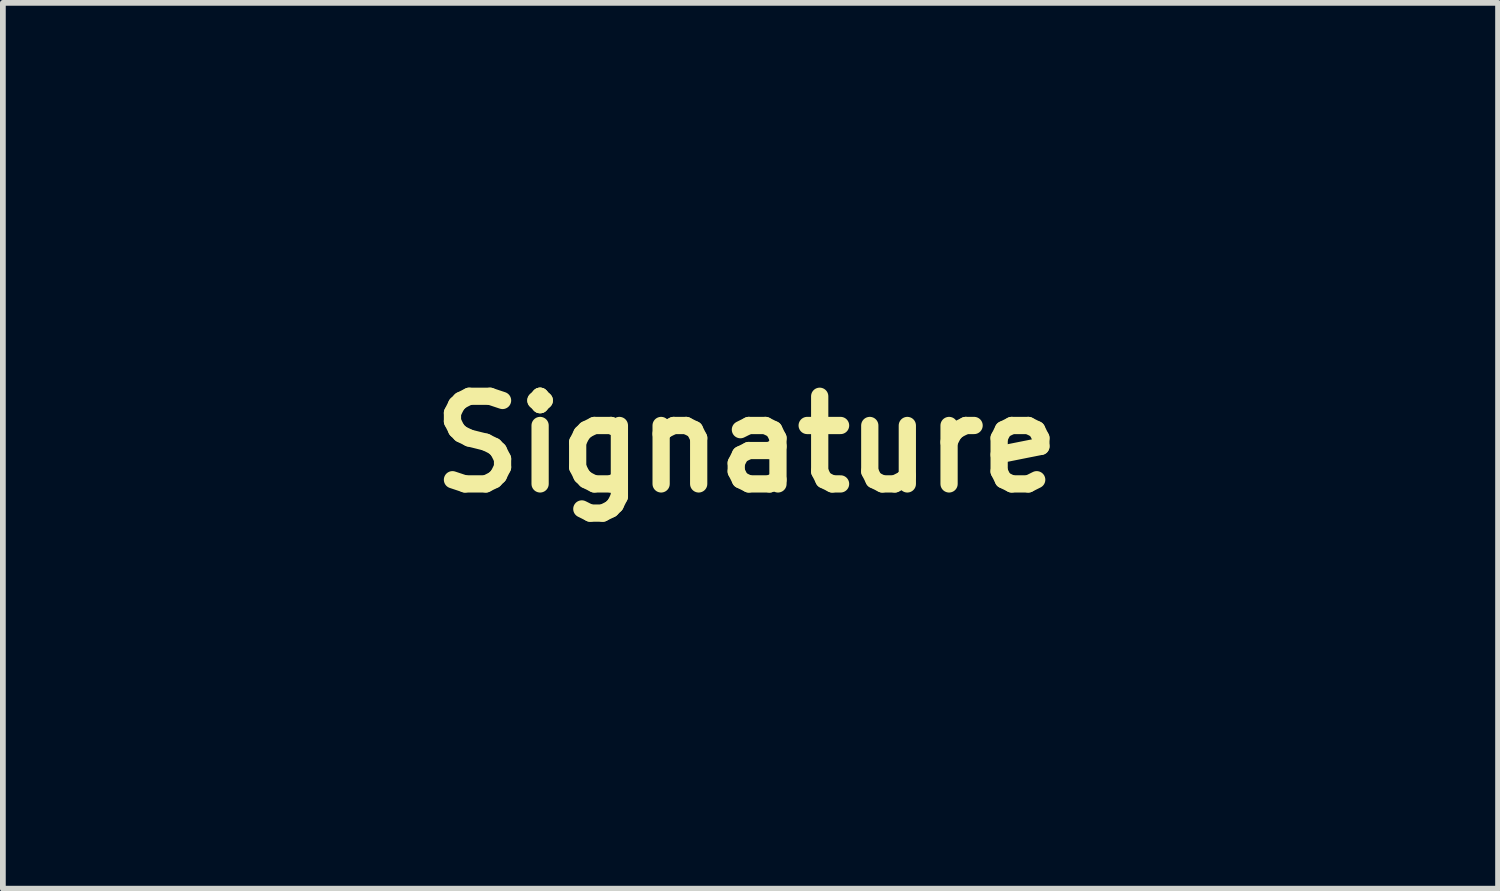
<source format=kicad_pcb>
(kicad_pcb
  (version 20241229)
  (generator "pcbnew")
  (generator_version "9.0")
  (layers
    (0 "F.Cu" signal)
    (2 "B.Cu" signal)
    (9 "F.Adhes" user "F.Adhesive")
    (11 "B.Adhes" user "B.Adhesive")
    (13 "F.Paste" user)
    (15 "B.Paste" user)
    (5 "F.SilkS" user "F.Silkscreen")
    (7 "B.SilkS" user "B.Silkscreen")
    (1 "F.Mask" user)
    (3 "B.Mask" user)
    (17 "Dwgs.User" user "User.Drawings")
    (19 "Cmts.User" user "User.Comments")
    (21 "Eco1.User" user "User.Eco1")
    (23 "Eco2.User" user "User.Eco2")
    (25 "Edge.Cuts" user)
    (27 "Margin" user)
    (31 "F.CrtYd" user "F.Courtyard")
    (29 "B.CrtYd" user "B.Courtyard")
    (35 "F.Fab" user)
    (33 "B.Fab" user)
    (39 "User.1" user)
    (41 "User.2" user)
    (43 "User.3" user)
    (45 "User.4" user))
  (footprint "Signature"
    (layer "F.Cu")
    (at 9.935 4.676)
    (property "Reference" "Signature" (at 0 0 0) (layer "F.SilkS") (effects (font (size 1.524 1.524) (thickness 0.3))))
    (attr board_only exclude_from_pos_files exclude_from_bom)
    (fp_poly (pts (xy 5.715 1.321) (xy 5.776 1.328) (xy 5.866 1.341) (xy 5.935 1.356) (xy 5.988 1.376) (xy 6.028 1.401) (xy 6.058 1.429) (xy 6.083 1.462) (xy 6.093 1.49) (xy 6.092 1.524) (xy 6.092 1.529) (xy 6.074 1.581) (xy 6.041 1.622) (xy 5.997 1.649) (xy 5.965 1.654) (xy 5.933 1.648) (xy 5.889 1.633) (xy 5.845 1.613) (xy 5.78 1.585) (xy 5.724 1.574) (xy 5.67 1.58) (xy 5.608 1.603) (xy 5.586 1.614) (xy 5.548 1.633) (xy 5.519 1.653) (xy 5.493 1.676) (xy 5.466 1.709) (xy 5.432 1.756) (xy 5.41 1.789) (xy 5.321 1.921) (xy 5.322 2.012) (xy 5.323 2.056) (xy 5.328 2.092) (xy 5.339 2.127) (xy 5.358 2.17) (xy 5.387 2.227) (xy 5.454 2.334) (xy 5.54 2.437) (xy 5.637 2.532) (xy 5.741 2.609) (xy 5.777 2.631) (xy 5.824 2.663) (xy 5.882 2.711) (xy 5.946 2.771) (xy 6.011 2.837) (xy 6.073 2.905) (xy 6.128 2.969) (xy 6.17 3.026) (xy 6.189 3.057) (xy 6.21 3.097) (xy 6.224 3.132) (xy 6.235 3.17) (xy 6.242 3.217) (xy 6.249 3.28) (xy 6.252 3.309) (xy 6.261 3.405) (xy 6.266 3.48) (xy 6.268 3.539) (xy 6.266 3.587) (xy 6.261 3.628) (xy 6.251 3.667) (xy 6.238 3.71) (xy 6.237 3.712) (xy 6.217 3.773) (xy 6.196 3.836) (xy 6.18 3.888) (xy 6.141 3.982) (xy 6.078 4.079) (xy 5.992 4.175) (xy 5.983 4.183) (xy 5.914 4.241) (xy 5.85 4.275) (xy 5.786 4.288) (xy 5.724 4.283) (xy 5.646 4.276) (xy 5.596 4.283) (xy 5.491 4.304) (xy 5.406 4.317) (xy 5.334 4.323) (xy 5.271 4.321) (xy 5.21 4.313) (xy 5.171 4.305) (xy 5.126 4.294) (xy 5.065 4.278) (xy 5.001 4.262) (xy 4.976 4.255) (xy 4.914 4.24) (xy 4.852 4.226) (xy 4.803 4.217) (xy 4.787 4.214) (xy 4.72 4.201) (xy 4.671 4.183) (xy 4.637 4.154) (xy 4.613 4.111) (xy 4.596 4.049) (xy 4.585 3.989) (xy 4.578 3.935) (xy 4.575 3.899) (xy 4.578 3.875) (xy 4.586 3.856) (xy 4.591 3.849) (xy 4.637 3.801) (xy 4.7 3.773) (xy 4.77 3.764) (xy 4.83 3.771) (xy 4.877 3.792) (xy 4.914 3.833) (xy 4.941 3.882) (xy 4.975 3.931) (xy 5.026 3.969) (xy 5.095 3.998) (xy 5.184 4.017) (xy 5.295 4.028) (xy 5.38 4.03) (xy 5.451 4.03) (xy 5.504 4.028) (xy 5.545 4.023) (xy 5.581 4.015) (xy 5.619 4.002) (xy 5.627 3.999) (xy 5.703 3.962) (xy 5.764 3.914) (xy 5.813 3.849) (xy 5.856 3.765) (xy 5.861 3.751) (xy 5.88 3.703) (xy 5.893 3.663) (xy 5.901 3.624) (xy 5.906 3.577) (xy 5.909 3.517) (xy 5.911 3.471) (xy 5.912 3.376) (xy 5.907 3.3) (xy 5.893 3.238) (xy 5.869 3.182) (xy 5.832 3.128) (xy 5.78 3.067) (xy 5.754 3.04) (xy 5.705 2.991) (xy 5.654 2.945) (xy 5.609 2.908) (xy 5.583 2.89) (xy 5.536 2.856) (xy 5.478 2.807) (xy 5.416 2.75) (xy 5.354 2.689) (xy 5.3 2.63) (xy 5.257 2.579) (xy 5.244 2.56) (xy 5.209 2.511) (xy 5.168 2.459) (xy 5.148 2.436) (xy 5.085 2.352) (xy 5.045 2.264) (xy 5.035 2.227) (xy 5.025 2.188) (xy 5.01 2.139) (xy 5.001 2.113) (xy 4.986 2.061) (xy 4.977 2.006) (xy 4.976 1.983) (xy 4.984 1.925) (xy 5.005 1.854) (xy 5.035 1.778) (xy 5.073 1.703) (xy 5.098 1.662) (xy 5.122 1.624) (xy 5.139 1.594) (xy 5.145 1.58) (xy 5.152 1.564) (xy 5.17 1.534) (xy 5.192 1.5) (xy 5.224 1.459) (xy 5.263 1.426) (xy 5.312 1.398) (xy 5.375 1.375) (xy 5.458 1.353) (xy 5.51 1.341) (xy 5.575 1.328) (xy 5.623 1.321) (xy 5.667 1.318)) (stroke (width 0) (type solid)) (fill yes) (layer "F.Mask"))
    (fp_poly (pts (xy 9.868 1.721) (xy 9.93 1.756) (xy 9.936 1.761) (xy 9.978 1.797) (xy 10.002 1.831) (xy 10.009 1.87) (xy 10.002 1.92) (xy 9.986 1.976) (xy 9.971 2.029) (xy 9.955 2.1) (xy 9.941 2.18) (xy 9.928 2.261) (xy 9.927 2.268) (xy 9.918 2.337) (xy 9.909 2.397) (xy 9.901 2.443) (xy 9.895 2.47) (xy 9.893 2.475) (xy 9.887 2.495) (xy 9.879 2.535) (xy 9.87 2.589) (xy 9.862 2.65) (xy 9.854 2.713) (xy 9.848 2.772) (xy 9.845 2.819) (xy 9.844 2.84) (xy 9.846 2.887) (xy 9.85 2.951) (xy 9.857 3.024) (xy 9.865 3.099) (xy 9.873 3.168) (xy 9.881 3.223) (xy 9.885 3.246) (xy 9.892 3.284) (xy 9.898 3.34) (xy 9.904 3.401) (xy 9.906 3.426) (xy 9.911 3.496) (xy 9.918 3.571) (xy 9.927 3.637) (xy 9.928 3.651) (xy 9.935 3.707) (xy 9.937 3.748) (xy 9.931 3.785) (xy 9.92 3.824) (xy 9.904 3.868) (xy 9.887 3.894) (xy 9.863 3.911) (xy 9.852 3.916) (xy 9.795 3.926) (xy 9.729 3.913) (xy 9.681 3.891) (xy 9.659 3.873) (xy 9.627 3.838) (xy 9.587 3.792) (xy 9.544 3.739) (xy 9.502 3.684) (xy 9.481 3.655) (xy 9.458 3.63) (xy 9.42 3.595) (xy 9.374 3.557) (xy 9.351 3.539) (xy 9.264 3.466) (xy 9.186 3.378) (xy 9.164 3.35) (xy 9.114 3.289) (xy 9.053 3.222) (xy 8.99 3.161) (xy 8.966 3.139) (xy 8.912 3.092) (xy 8.857 3.042) (xy 8.81 2.997) (xy 8.787 2.974) (xy 8.735 2.925) (xy 8.694 2.895) (xy 8.663 2.884) (xy 8.644 2.886) (xy 8.629 2.903) (xy 8.613 2.941) (xy 8.596 2.993) (xy 8.58 3.054) (xy 8.572 3.1) (xy 8.565 3.137) (xy 8.553 3.192) (xy 8.539 3.255) (xy 8.528 3.302) (xy 8.499 3.429) (xy 8.479 3.535) (xy 8.467 3.624) (xy 8.463 3.699) (xy 8.466 3.764) (xy 8.467 3.771) (xy 8.476 3.844) (xy 8.48 3.896) (xy 8.477 3.935) (xy 8.467 3.965) (xy 8.447 3.994) (xy 8.416 4.025) (xy 8.393 4.047) (xy 8.35 4.087) (xy 8.319 4.111) (xy 8.294 4.124) (xy 8.269 4.128) (xy 8.253 4.129) (xy 8.207 4.123) (xy 8.165 4.109) (xy 8.161 4.107) (xy 8.129 4.086) (xy 8.106 4.065) (xy 8.106 4.065) (xy 8.093 4.032) (xy 8.09 3.987) (xy 8.097 3.94) (xy 8.101 3.931) (xy 8.107 3.908) (xy 8.117 3.865) (xy 8.13 3.806) (xy 8.144 3.737) (xy 8.153 3.692) (xy 8.17 3.607) (xy 8.188 3.517) (xy 8.206 3.432) (xy 8.222 3.359) (xy 8.226 3.341) (xy 8.241 3.27) (xy 8.255 3.197) (xy 8.267 3.131) (xy 8.271 3.1) (xy 8.281 3.039) (xy 8.293 2.977) (xy 8.304 2.931) (xy 8.311 2.892) (xy 8.318 2.833) (xy 8.324 2.763) (xy 8.329 2.687) (xy 8.33 2.664) (xy 8.334 2.589) (xy 8.339 2.517) (xy 8.344 2.455) (xy 8.35 2.41) (xy 8.351 2.4) (xy 8.373 2.336) (xy 8.411 2.292) (xy 8.464 2.27) (xy 8.532 2.269) (xy 8.584 2.279) (xy 8.624 2.293) (xy 8.653 2.312) (xy 8.676 2.341) (xy 8.697 2.386) (xy 8.713 2.427) (xy 8.744 2.504) (xy 8.775 2.561) (xy 8.809 2.605) (xy 8.853 2.642) (xy 8.901 2.673) (xy 8.949 2.705) (xy 8.992 2.74) (xy 9.023 2.771) (xy 9.024 2.773) (xy 9.044 2.795) (xy 9.078 2.833) (xy 9.125 2.882) (xy 9.18 2.94) (xy 9.242 3.003) (xy 9.271 3.032) (xy 9.343 3.105) (xy 9.4 3.16) (xy 9.444 3.2) (xy 9.477 3.227) (xy 9.501 3.242) (xy 9.517 3.247) (xy 9.518 3.247) (xy 9.554 3.25) (xy 9.563 2.833) (xy 9.566 2.721) (xy 9.569 2.609) (xy 9.573 2.5) (xy 9.577 2.402) (xy 9.582 2.318) (xy 9.586 2.253) (xy 9.587 2.24) (xy 9.593 2.166) (xy 9.598 2.093) (xy 9.602 2.028) (xy 9.604 1.981) (xy 9.604 1.98) (xy 9.61 1.916) (xy 9.626 1.86) (xy 9.645 1.818) (xy 9.669 1.774) (xy 9.69 1.747) (xy 9.715 1.731) (xy 9.741 1.722) (xy 9.807 1.71)) (stroke (width 0) (type solid)) (fill yes) (layer "F.Mask"))
    (fp_poly (pts (xy -0.96 0.683) (xy -0.889 0.707) (xy -0.823 0.753) (xy -0.786 0.798) (xy -0.764 0.852) (xy -0.756 0.908) (xy -0.762 0.959) (xy -0.783 1.001) (xy -0.819 1.028) (xy -0.91 1.056) (xy -1.012 1.077) (xy -1.109 1.086) (xy -1.122 1.087) (xy -1.172 1.088) (xy -1.207 1.092) (xy -1.234 1.103) (xy -1.263 1.124) (xy -1.291 1.148) (xy -1.341 1.185) (xy -1.399 1.22) (xy -1.44 1.24) (xy -1.483 1.261) (xy -1.541 1.294) (xy -1.609 1.337) (xy -1.68 1.385) (xy -1.75 1.434) (xy -1.814 1.481) (xy -1.865 1.523) (xy -1.868 1.525) (xy -1.901 1.55) (xy -1.95 1.583) (xy -2.008 1.619) (xy -2.065 1.651) (xy -2.128 1.686) (xy -2.19 1.721) (xy -2.245 1.751) (xy -2.279 1.771) (xy -2.333 1.799) (xy -2.39 1.829) (xy -2.421 1.843) (xy -2.515 1.897) (xy -2.613 1.975) (xy -2.637 1.998) (xy -2.67 2.027) (xy -2.712 2.062) (xy -2.742 2.087) (xy -2.782 2.122) (xy -2.818 2.159) (xy -2.837 2.181) (xy -2.861 2.209) (xy -2.898 2.246) (xy -2.942 2.286) (xy -2.956 2.298) (xy -3.042 2.381) (xy -3.111 2.472) (xy -3.176 2.573) (xy -3.181 2.696) (xy -3.185 2.82) (xy -3.141 2.824) (xy -3.123 2.824) (xy -3.102 2.821) (xy -3.076 2.811) (xy -3.041 2.793) (xy -2.993 2.766) (xy -2.928 2.728) (xy -2.885 2.703) (xy -2.864 2.687) (xy -2.83 2.659) (xy -2.789 2.623) (xy -2.774 2.61) (xy -2.714 2.56) (xy -2.646 2.512) (xy -2.577 2.468) (xy -2.511 2.432) (xy -2.455 2.409) (xy -2.422 2.4) (xy -2.392 2.398) (xy -2.369 2.403) (xy -2.345 2.42) (xy -2.313 2.452) (xy -2.261 2.52) (xy -2.234 2.584) (xy -2.231 2.643) (xy -2.252 2.694) (xy -2.295 2.736) (xy -2.36 2.766) (xy -2.435 2.78) (xy -2.518 2.796) (xy -2.601 2.826) (xy -2.675 2.867) (xy -2.734 2.914) (xy -2.748 2.93) (xy -2.809 2.99) (xy -2.895 3.044) (xy -3 3.091) (xy -3.088 3.13) (xy -3.165 3.175) (xy -3.228 3.224) (xy -3.272 3.272) (xy -3.284 3.293) (xy -3.299 3.335) (xy -3.315 3.396) (xy -3.329 3.466) (xy -3.34 3.54) (xy -3.346 3.608) (xy -3.347 3.644) (xy -3.345 3.682) (xy -3.334 3.703) (xy -3.315 3.715) (xy -3.272 3.72) (xy -3.218 3.703) (xy -3.153 3.665) (xy -3.079 3.606) (xy -3.079 3.606) (xy -2.987 3.528) (xy -2.908 3.466) (xy -2.837 3.419) (xy -2.768 3.382) (xy -2.698 3.353) (xy -2.681 3.347) (xy -2.618 3.324) (xy -2.555 3.297) (xy -2.503 3.271) (xy -2.488 3.263) (xy -2.412 3.22) (xy -2.338 3.182) (xy -2.271 3.153) (xy -2.216 3.133) (xy -2.176 3.126) (xy -2.176 3.126) (xy -2.114 3.132) (xy -2.059 3.148) (xy -2.019 3.172) (xy -2.013 3.177) (xy -1.989 3.222) (xy -1.983 3.278) (xy -1.994 3.339) (xy -2.005 3.364) (xy -2.024 3.398) (xy -2.046 3.423) (xy -2.077 3.439) (xy -2.123 3.452) (xy -2.188 3.464) (xy -2.195 3.465) (xy -2.26 3.476) (xy -2.308 3.487) (xy -2.348 3.502) (xy -2.388 3.524) (xy -2.432 3.552) (xy -2.509 3.592) (xy -2.575 3.609) (xy -2.637 3.627) (xy -2.707 3.66) (xy -2.774 3.704) (xy -2.828 3.752) (xy -2.852 3.773) (xy -2.892 3.805) (xy -2.942 3.842) (xy -2.991 3.876) (xy -3.044 3.913) (xy -3.093 3.947) (xy -3.131 3.973) (xy -3.152 3.988) (xy -3.186 4.007) (xy -3.238 4.031) (xy -3.3 4.056) (xy -3.366 4.08) (xy -3.428 4.101) (xy -3.48 4.116) (xy -3.505 4.121) (xy -3.564 4.121) (xy -3.609 4.106) (xy -3.652 4.071) (xy -3.674 4.023) (xy -3.675 3.961) (xy -3.666 3.924) (xy -3.643 3.841) (xy -3.624 3.753) (xy -3.61 3.67) (xy -3.603 3.598) (xy -3.603 3.544) (xy -3.604 3.483) (xy -3.595 3.412) (xy -3.583 3.361) (xy -3.563 3.277) (xy -3.544 3.187) (xy -3.526 3.096) (xy -3.51 3.007) (xy -3.497 2.926) (xy -3.488 2.856) (xy -3.483 2.803) (xy -3.484 2.77) (xy -3.484 2.768) (xy -3.496 2.734) (xy -3.517 2.692) (xy -3.53 2.672) (xy -3.56 2.615) (xy -3.569 2.562) (xy -3.567 2.532) (xy -3.557 2.507) (xy -3.536 2.479) (xy -3.501 2.443) (xy -3.461 2.402) (xy -3.424 2.36) (xy -3.4 2.329) (xy -3.368 2.291) (xy -3.327 2.256) (xy -3.313 2.246) (xy -3.28 2.222) (xy -3.236 2.184) (xy -3.189 2.14) (xy -3.161 2.112) (xy -3.072 2.024) (xy -2.996 1.955) (xy -2.929 1.903) (xy -2.87 1.866) (xy -2.856 1.858) (xy -2.818 1.837) (xy -2.791 1.819) (xy -2.781 1.811) (xy -2.76 1.788) (xy -2.721 1.756) (xy -2.668 1.716) (xy -2.603 1.67) (xy -2.532 1.622) (xy -2.458 1.574) (xy -2.385 1.529) (xy -2.318 1.489) (xy -2.259 1.457) (xy -2.225 1.441) (xy -2.179 1.416) (xy -2.125 1.382) (xy -2.074 1.344) (xy -2.07 1.342) (xy -1.999 1.287) (xy -1.913 1.226) (xy -1.82 1.165) (xy -1.728 1.107) (xy -1.642 1.056) (xy -1.576 1.021) (xy -1.514 0.987) (xy -1.449 0.947) (xy -1.393 0.907) (xy -1.383 0.899) (xy -1.335 0.863) (xy -1.286 0.831) (xy -1.246 0.808) (xy -1.242 0.807) (xy -1.2 0.785) (xy -1.163 0.758) (xy -1.154 0.749) (xy -1.096 0.704) (xy -1.03 0.682)) (stroke (width 0) (type solid)) (fill yes) (layer "F.Mask"))
    (fp_poly (pts (xy -1.456 -0.269) (xy -1.393 -0.254) (xy -1.365 -0.246) (xy -1.315 -0.229) (xy -1.285 -0.214) (xy -1.267 -0.197) (xy -1.258 -0.18) (xy -1.248 -0.142) (xy -1.247 -0.11) (xy -1.268 -0.067) (xy -1.307 -0.029) (xy -1.36 0.001) (xy -1.398 0.013) (xy -1.444 0.026) (xy -1.501 0.047) (xy -1.556 0.071) (xy -1.557 0.071) (xy -1.674 0.116) (xy -1.809 0.149) (xy -1.9 0.163) (xy -1.94 0.169) (xy -1.975 0.18) (xy -2.011 0.198) (xy -2.056 0.227) (xy -2.097 0.257) (xy -2.136 0.284) (xy -2.19 0.315) (xy -2.247 0.345) (xy -2.259 0.352) (xy -2.318 0.381) (xy -2.377 0.411) (xy -2.426 0.438) (xy -2.434 0.442) (xy -2.562 0.517) (xy -2.669 0.58) (xy -2.757 0.632) (xy -2.825 0.674) (xy -2.877 0.708) (xy -2.905 0.727) (xy -2.964 0.763) (xy -3.041 0.801) (xy -3.129 0.838) (xy -3.219 0.871) (xy -3.296 0.893) (xy -3.353 0.911) (xy -3.412 0.934) (xy -3.445 0.951) (xy -3.495 0.977) (xy -3.547 1.002) (xy -3.569 1.011) (xy -3.611 1.031) (xy -3.661 1.061) (xy -3.704 1.09) (xy -3.744 1.118) (xy -3.777 1.138) (xy -3.796 1.146) (xy -3.797 1.146) (xy -3.831 1.154) (xy -3.878 1.177) (xy -3.934 1.209) (xy -3.992 1.249) (xy -4.049 1.292) (xy -4.099 1.334) (xy -4.137 1.373) (xy -4.159 1.404) (xy -4.161 1.412) (xy -4.167 1.452) (xy -4.172 1.514) (xy -4.178 1.595) (xy -4.182 1.689) (xy -4.186 1.795) (xy -4.188 1.906) (xy -4.188 1.908) (xy -4.19 1.986) (xy -4.191 2.057) (xy -4.192 2.116) (xy -4.193 2.157) (xy -4.193 2.176) (xy -4.193 2.198) (xy -4.192 2.242) (xy -4.19 2.304) (xy -4.188 2.381) (xy -4.185 2.469) (xy -4.182 2.56) (xy -4.178 2.711) (xy -4.176 2.836) (xy -4.178 2.936) (xy -4.182 3.01) (xy -4.184 3.028) (xy -4.189 3.109) (xy -4.191 3.2) (xy -4.187 3.276) (xy -4.184 3.34) (xy -4.18 3.42) (xy -4.178 3.507) (xy -4.176 3.59) (xy -4.176 3.595) (xy -4.175 3.784) (xy -4.134 3.846) (xy -4.097 3.913) (xy -4.083 3.97) (xy -4.089 4.023) (xy -4.1 4.049) (xy -4.124 4.094) (xy -4.147 4.139) (xy -4.149 4.142) (xy -4.188 4.203) (xy -4.23 4.238) (xy -4.276 4.248) (xy -4.324 4.232) (xy -4.347 4.215) (xy -4.377 4.183) (xy -4.402 4.138) (xy -4.425 4.077) (xy -4.448 3.995) (xy -4.449 3.992) (xy -4.467 3.913) (xy -4.476 3.848) (xy -4.477 3.788) (xy -4.47 3.724) (xy -4.463 3.684) (xy -4.443 3.556) (xy -4.436 3.448) (xy -4.44 3.359) (xy -4.45 3.302) (xy -4.462 3.246) (xy -4.463 3.199) (xy -4.457 3.159) (xy -4.447 3.108) (xy -4.438 3.057) (xy -4.436 3.041) (xy -4.434 3.008) (xy -4.434 2.953) (xy -4.436 2.88) (xy -4.439 2.795) (xy -4.444 2.701) (xy -4.449 2.602) (xy -4.455 2.504) (xy -4.462 2.41) (xy -4.468 2.325) (xy -4.475 2.252) (xy -4.481 2.197) (xy -4.486 2.167) (xy -4.488 2.138) (xy -4.486 2.091) (xy -4.48 2.033) (xy -4.475 1.996) (xy -4.461 1.882) (xy -4.455 1.785) (xy -4.458 1.707) (xy -4.468 1.65) (xy -4.487 1.614) (xy -4.514 1.602) (xy -4.533 1.608) (xy -4.568 1.623) (xy -4.613 1.645) (xy -4.627 1.653) (xy -4.676 1.677) (xy -4.72 1.698) (xy -4.75 1.711) (xy -4.755 1.713) (xy -4.787 1.727) (xy -4.825 1.748) (xy -4.832 1.753) (xy -4.855 1.767) (xy -4.882 1.78) (xy -4.916 1.796) (xy -4.962 1.815) (xy -5.025 1.84) (xy -5.085 1.864) (xy -5.127 1.883) (xy -5.182 1.913) (xy -5.244 1.949) (xy -5.303 1.987) (xy -5.387 2.04) (xy -5.454 2.077) (xy -5.508 2.098) (xy -5.551 2.105) (xy -5.588 2.099) (xy -5.596 2.095) (xy -5.629 2.066) (xy -5.652 2.021) (xy -5.661 1.968) (xy -5.659 1.934) (xy -5.644 1.898) (xy -5.618 1.86) (xy -5.61 1.852) (xy -5.58 1.829) (xy -5.531 1.799) (xy -5.468 1.763) (xy -5.395 1.724) (xy -5.317 1.685) (xy -5.239 1.648) (xy -5.165 1.615) (xy -5.139 1.604) (xy -5.077 1.578) (xy -5.005 1.546) (xy -4.936 1.514) (xy -4.917 1.506) (xy -4.79 1.444) (xy -4.684 1.392) (xy -4.597 1.349) (xy -4.526 1.313) (xy -4.469 1.283) (xy -4.423 1.258) (xy -4.387 1.236) (xy -4.358 1.216) (xy -4.333 1.198) (xy -4.31 1.178) (xy -4.307 1.176) (xy -4.264 1.141) (xy -4.204 1.098) (xy -4.136 1.052) (xy -4.066 1.008) (xy -4.001 0.969) (xy -3.949 0.942) (xy -3.949 0.942) (xy -3.91 0.922) (xy -3.856 0.892) (xy -3.795 0.856) (xy -3.734 0.819) (xy -3.673 0.783) (xy -3.613 0.75) (xy -3.561 0.724) (xy -3.524 0.708) (xy -3.524 0.708) (xy -3.471 0.689) (xy -3.414 0.666) (xy -3.391 0.656) (xy -3.349 0.639) (xy -3.314 0.628) (xy -3.299 0.625) (xy -3.274 0.619) (xy -3.234 0.603) (xy -3.184 0.581) (xy -3.132 0.555) (xy -3.084 0.529) (xy -3.047 0.507) (xy -3.041 0.502) (xy -3.008 0.48) (xy -2.962 0.453) (xy -2.931 0.436) (xy -2.879 0.408) (xy -2.814 0.37) (xy -2.736 0.32) (xy -2.639 0.258) (xy -2.612 0.24) (xy -2.565 0.211) (xy -2.518 0.186) (xy -2.494 0.175) (xy -2.46 0.158) (xy -2.413 0.131) (xy -2.359 0.099) (xy -2.334 0.083) (xy -2.279 0.048) (xy -2.222 0.014) (xy -2.174 -0.013) (xy -2.158 -0.021) (xy -2.115 -0.046) (xy -2.062 -0.08) (xy -2.008 -0.117) (xy -1.996 -0.126) (xy -1.901 -0.197) (xy -1.781 -0.205) (xy -1.707 -0.211) (xy -1.652 -0.223) (xy -1.606 -0.24) (xy -1.599 -0.243) (xy -1.551 -0.263) (xy -1.506 -0.271)) (stroke (width 0) (type solid)) (fill yes) (layer "F.Mask"))
    (fp_poly (pts (xy 9.936 0.54) (xy 9.994 0.559) (xy 10.035 0.591) (xy 10.052 0.619) (xy 10.066 0.651) (xy 10.067 0.672) (xy 10.056 0.695) (xy 10.053 0.701) (xy 10.033 0.733) (xy 10.009 0.775) (xy 9.994 0.8) (xy 9.967 0.844) (xy 9.937 0.887) (xy 9.924 0.903) (xy 9.89 0.943) (xy 9.803 0.926) (xy 9.715 0.909) (xy 9.544 0.995) (xy 9.482 1.025) (xy 9.429 1.051) (xy 9.389 1.07) (xy 9.365 1.08) (xy 9.361 1.081) (xy 9.345 1.088) (xy 9.316 1.105) (xy 9.296 1.117) (xy 9.244 1.149) (xy 9.193 1.175) (xy 9.149 1.193) (xy 9.124 1.198) (xy 9.097 1.206) (xy 9.057 1.225) (xy 9.009 1.252) (xy 8.967 1.28) (xy 8.934 1.299) (xy 8.887 1.32) (xy 8.837 1.338) (xy 8.708 1.379) (xy 8.59 1.418) (xy 8.485 1.454) (xy 8.396 1.486) (xy 8.326 1.513) (xy 8.277 1.534) (xy 8.262 1.542) (xy 8.205 1.571) (xy 8.141 1.6) (xy 8.078 1.627) (xy 8.022 1.648) (xy 7.982 1.659) (xy 7.978 1.66) (xy 7.934 1.672) (xy 7.885 1.693) (xy 7.867 1.702) (xy 7.788 1.742) (xy 7.692 1.784) (xy 7.586 1.825) (xy 7.516 1.849) (xy 7.43 1.877) (xy 7.346 1.908) (xy 7.267 1.939) (xy 7.198 1.969) (xy 7.143 1.995) (xy 7.105 2.017) (xy 7.093 2.027) (xy 7.074 2.056) (xy 7.053 2.105) (xy 7.031 2.168) (xy 7.009 2.239) (xy 6.991 2.312) (xy 6.976 2.38) (xy 6.969 2.429) (xy 6.953 2.523) (xy 6.926 2.602) (xy 6.925 2.605) (xy 6.901 2.661) (xy 6.892 2.703) (xy 6.898 2.736) (xy 6.915 2.763) (xy 6.946 2.784) (xy 6.994 2.797) (xy 7.05 2.801) (xy 7.105 2.796) (xy 7.15 2.781) (xy 7.154 2.779) (xy 7.208 2.752) (xy 7.266 2.731) (xy 7.321 2.717) (xy 7.365 2.713) (xy 7.378 2.714) (xy 7.429 2.739) (xy 7.462 2.779) (xy 7.475 2.829) (xy 7.466 2.885) (xy 7.458 2.902) (xy 7.434 2.938) (xy 7.398 2.978) (xy 7.356 3.017) (xy 7.315 3.049) (xy 7.279 3.069) (xy 7.261 3.074) (xy 7.221 3.079) (xy 7.166 3.09) (xy 7.109 3.106) (xy 7.059 3.123) (xy 7.039 3.133) (xy 7.005 3.146) (xy 6.978 3.152) (xy 6.941 3.156) (xy 6.893 3.167) (xy 6.843 3.182) (xy 6.8 3.198) (xy 6.771 3.214) (xy 6.767 3.217) (xy 6.753 3.243) (xy 6.741 3.284) (xy 6.734 3.317) (xy 6.723 3.376) (xy 6.709 3.438) (xy 6.701 3.465) (xy 6.682 3.533) (xy 6.669 3.585) (xy 6.661 3.629) (xy 6.658 3.672) (xy 6.656 3.724) (xy 6.656 3.735) (xy 6.657 3.789) (xy 6.66 3.824) (xy 6.667 3.849) (xy 6.682 3.87) (xy 6.698 3.888) (xy 6.713 3.904) (xy 6.726 3.915) (xy 6.74 3.924) (xy 6.761 3.93) (xy 6.79 3.933) (xy 6.832 3.934) (xy 6.889 3.933) (xy 6.965 3.931) (xy 7.061 3.928) (xy 7.138 3.925) (xy 7.211 3.921) (xy 7.273 3.916) (xy 7.318 3.911) (xy 7.335 3.909) (xy 7.383 3.9) (xy 7.432 3.895) (xy 7.441 3.895) (xy 7.485 3.889) (xy 7.533 3.873) (xy 7.543 3.868) (xy 7.572 3.855) (xy 7.603 3.848) (xy 7.641 3.845) (xy 7.696 3.846) (xy 7.717 3.847) (xy 7.799 3.855) (xy 7.858 3.868) (xy 7.901 3.888) (xy 7.93 3.918) (xy 7.939 3.933) (xy 7.956 3.981) (xy 7.954 4.029) (xy 7.935 4.085) (xy 7.926 4.103) (xy 7.895 4.156) (xy 7.863 4.187) (xy 7.824 4.201) (xy 7.772 4.201) (xy 7.761 4.2) (xy 7.676 4.2) (xy 7.625 4.211) (xy 7.529 4.233) (xy 7.44 4.238) (xy 7.392 4.232) (xy 7.365 4.228) (xy 7.315 4.225) (xy 7.249 4.221) (xy 7.169 4.218) (xy 7.08 4.215) (xy 7.015 4.214) (xy 6.69 4.206) (xy 6.591 4.164) (xy 6.538 4.14) (xy 6.5 4.116) (xy 6.468 4.086) (xy 6.433 4.042) (xy 6.391 3.977) (xy 6.367 3.913) (xy 6.36 3.844) (xy 6.368 3.761) (xy 6.37 3.751) (xy 6.379 3.694) (xy 6.389 3.625) (xy 6.397 3.564) (xy 6.403 3.514) (xy 6.41 3.475) (xy 6.415 3.453) (xy 6.416 3.451) (xy 6.422 3.431) (xy 6.431 3.391) (xy 6.441 3.338) (xy 6.451 3.278) (xy 6.46 3.217) (xy 6.468 3.162) (xy 6.473 3.118) (xy 6.474 3.099) (xy 6.478 3.055) (xy 6.494 3.007) (xy 6.524 2.945) (xy 6.526 2.941) (xy 6.565 2.854) (xy 6.594 2.757) (xy 6.616 2.645) (xy 6.623 2.586) (xy 6.63 2.544) (xy 6.642 2.484) (xy 6.658 2.414) (xy 6.675 2.34) (xy 6.679 2.325) (xy 6.7 2.241) (xy 6.714 2.174) (xy 6.721 2.118) (xy 6.724 2.064) (xy 6.724 2.032) (xy 6.725 1.953) (xy 6.731 1.895) (xy 6.745 1.85) (xy 6.768 1.815) (xy 6.802 1.781) (xy 6.814 1.772) (xy 6.858 1.741) (xy 6.905 1.716) (xy 6.934 1.706) (xy 6.967 1.697) (xy 7.019 1.681) (xy 7.081 1.663) (xy 7.148 1.642) (xy 7.151 1.641) (xy 7.219 1.621) (xy 7.285 1.602) (xy 7.34 1.587) (xy 7.379 1.578) (xy 7.379 1.578) (xy 7.481 1.553) (xy 7.589 1.52) (xy 7.694 1.48) (xy 7.785 1.439) (xy 7.803 1.429) (xy 7.864 1.399) (xy 7.929 1.37) (xy 7.986 1.348) (xy 8 1.344) (xy 8.061 1.323) (xy 8.128 1.297) (xy 8.169 1.279) (xy 8.22 1.256) (xy 8.271 1.236) (xy 8.304 1.224) (xy 8.35 1.207) (xy 8.399 1.184) (xy 8.408 1.179) (xy 8.464 1.151) (xy 8.522 1.131) (xy 8.591 1.116) (xy 8.648 1.108) (xy 8.677 1.104) (xy 8.703 1.1) (xy 8.728 1.093) (xy 8.757 1.083) (xy 8.792 1.068) (xy 8.836 1.047) (xy 8.893 1.018) (xy 8.966 0.98) (xy 9.058 0.932) (xy 9.078 0.922) (xy 9.14 0.889) (xy 9.184 0.866) (xy 9.218 0.849) (xy 9.246 0.834) (xy 9.276 0.82) (xy 9.312 0.803) (xy 9.352 0.785) (xy 9.417 0.752) (xy 9.485 0.711) (xy 9.546 0.671) (xy 9.554 0.664) (xy 9.634 0.608) (xy 9.702 0.569) (xy 9.765 0.546) (xy 9.828 0.535) (xy 9.858 0.534)) (stroke (width 0) (type solid)) (fill yes) (layer "F.Mask"))
    (fp_poly (pts (xy -6.162 0.247) (xy -6.137 0.255) (xy -6.104 0.27) (xy -6.08 0.29) (xy -6.063 0.317) (xy -6.052 0.356) (xy -6.046 0.412) (xy -6.043 0.487) (xy -6.042 0.53) (xy -6.04 0.62) (xy -6.035 0.69) (xy -6.027 0.746) (xy -6.015 0.795) (xy -6.007 0.824) (xy -6 0.851) (xy -5.994 0.88) (xy -5.989 0.914) (xy -5.985 0.958) (xy -5.98 1.016) (xy -5.975 1.091) (xy -5.968 1.186) (xy -5.966 1.218) (xy -5.96 1.298) (xy -5.953 1.381) (xy -5.946 1.458) (xy -5.938 1.519) (xy -5.938 1.52) (xy -5.931 1.586) (xy -5.929 1.646) (xy -5.932 1.71) (xy -5.939 1.789) (xy -5.945 1.851) (xy -5.949 1.905) (xy -5.949 1.945) (xy -5.946 1.962) (xy -5.941 1.984) (xy -5.936 2.026) (xy -5.93 2.082) (xy -5.925 2.146) (xy -5.925 2.149) (xy -5.921 2.202) (xy -5.916 2.268) (xy -5.909 2.341) (xy -5.902 2.415) (xy -5.894 2.486) (xy -5.887 2.549) (xy -5.881 2.597) (xy -5.876 2.625) (xy -5.876 2.629) (xy -5.867 2.639) (xy -5.844 2.663) (xy -5.817 2.691) (xy -5.773 2.742) (xy -5.751 2.791) (xy -5.749 2.841) (xy -5.767 2.901) (xy -5.788 2.946) (xy -5.815 3.001) (xy -5.83 3.049) (xy -5.834 3.098) (xy -5.829 3.156) (xy -5.816 3.224) (xy -5.806 3.287) (xy -5.799 3.358) (xy -5.796 3.414) (xy -5.794 3.473) (xy -5.787 3.532) (xy -5.777 3.576) (xy -5.766 3.633) (xy -5.765 3.687) (xy -5.766 3.693) (xy -5.767 3.755) (xy -5.756 3.827) (xy -5.736 3.898) (xy -5.718 3.941) (xy -5.701 3.986) (xy -5.692 4.033) (xy -5.692 4.04) (xy -5.687 4.081) (xy -5.675 4.131) (xy -5.665 4.158) (xy -5.647 4.213) (xy -5.631 4.275) (xy -5.626 4.302) (xy -5.621 4.356) (xy -5.627 4.402) (xy -5.648 4.446) (xy -5.685 4.496) (xy -5.71 4.524) (xy -5.745 4.559) (xy -5.772 4.578) (xy -5.799 4.585) (xy -5.813 4.585) (xy -5.848 4.58) (xy -5.878 4.561) (xy -5.899 4.539) (xy -5.917 4.518) (xy -5.93 4.501) (xy -5.937 4.481) (xy -5.942 4.453) (xy -5.945 4.413) (xy -5.946 4.355) (xy -5.947 4.318) (xy -5.949 4.246) (xy -5.955 4.152) (xy -5.963 4.04) (xy -5.973 3.915) (xy -5.986 3.781) (xy -5.999 3.641) (xy -6.01 3.536) (xy -6.017 3.47) (xy -6.023 3.413) (xy -6.028 3.37) (xy -6.03 3.346) (xy -6.03 3.343) (xy -6.039 3.329) (xy -6.062 3.303) (xy -6.093 3.27) (xy -6.129 3.232) (xy -6.16 3.196) (xy -6.178 3.174) (xy -6.211 3.147) (xy -6.258 3.141) (xy -6.32 3.155) (xy -6.394 3.19) (xy -6.454 3.226) (xy -6.504 3.253) (xy -6.563 3.277) (xy -6.607 3.29) (xy -6.688 3.322) (xy -6.752 3.372) (xy -6.797 3.44) (xy -6.826 3.529) (xy -6.831 3.556) (xy -6.841 3.597) (xy -6.86 3.65) (xy -6.883 3.705) (xy -6.886 3.71) (xy -6.916 3.784) (xy -6.94 3.867) (xy -6.95 3.912) (xy -6.96 3.968) (xy -6.971 4.021) (xy -6.98 4.059) (xy -6.982 4.064) (xy -6.988 4.099) (xy -6.993 4.15) (xy -6.995 4.207) (xy -6.995 4.215) (xy -6.996 4.274) (xy -7.002 4.318) (xy -7.015 4.357) (xy -7.031 4.391) (xy -7.066 4.447) (xy -7.105 4.48) (xy -7.15 4.49) (xy -7.189 4.483) (xy -7.231 4.461) (xy -7.26 4.425) (xy -7.275 4.373) (xy -7.277 4.303) (xy -7.266 4.214) (xy -7.249 4.129) (xy -7.234 4.057) (xy -7.221 3.981) (xy -7.211 3.912) (xy -7.208 3.875) (xy -7.195 3.77) (xy -7.171 3.658) (xy -7.135 3.533) (xy -7.105 3.445) (xy -7.082 3.372) (xy -7.063 3.3) (xy -7.053 3.241) (xy -7.052 3.231) (xy -7.041 3.159) (xy -7.015 3.077) (xy -6.994 3.026) (xy -6.972 2.973) (xy -6.955 2.929) (xy -6.945 2.898) (xy -6.942 2.889) (xy -6.941 2.875) (xy -6.647 2.875) (xy -6.639 2.904) (xy -6.616 2.914) (xy -6.577 2.906) (xy -6.52 2.881) (xy -6.509 2.875) (xy -6.469 2.86) (xy -6.415 2.847) (xy -6.356 2.839) (xy -6.276 2.826) (xy -6.211 2.807) (xy -6.166 2.782) (xy -6.148 2.762) (xy -6.145 2.74) (xy -6.143 2.698) (xy -6.144 2.642) (xy -6.147 2.578) (xy -6.152 2.511) (xy -6.158 2.447) (xy -6.164 2.393) (xy -6.171 2.353) (xy -6.173 2.345) (xy -6.178 2.315) (xy -6.183 2.265) (xy -6.186 2.203) (xy -6.187 2.133) (xy -6.187 2.119) (xy -6.189 2.026) (xy -6.194 1.943) (xy -6.202 1.876) (xy -6.206 1.852) (xy -6.231 1.72) (xy -6.253 1.574) (xy -6.27 1.424) (xy -6.278 1.325) (xy -6.289 1.316) (xy -6.292 1.316) (xy -6.308 1.328) (xy -6.326 1.36) (xy -6.346 1.407) (xy -6.364 1.465) (xy -6.38 1.527) (xy -6.39 1.58) (xy -6.399 1.649) (xy -6.41 1.723) (xy -6.419 1.787) (xy -6.421 1.798) (xy -6.432 1.858) (xy -6.446 1.921) (xy -6.46 1.967) (xy -6.471 2.012) (xy -6.482 2.073) (xy -6.491 2.14) (xy -6.494 2.175) (xy -6.5 2.243) (xy -6.51 2.31) (xy -6.522 2.367) (xy -6.528 2.389) (xy -6.541 2.433) (xy -6.549 2.469) (xy -6.552 2.486) (xy -6.556 2.511) (xy -6.566 2.549) (xy -6.571 2.566) (xy -6.583 2.605) (xy -6.599 2.66) (xy -6.616 2.721) (xy -6.625 2.752) (xy -6.642 2.824) (xy -6.647 2.875) (xy -6.941 2.875) (xy -6.938 2.86) (xy -6.928 2.813) (xy -6.914 2.755) (xy -6.897 2.691) (xy -6.879 2.628) (xy -6.861 2.573) (xy -6.847 2.533) (xy -6.841 2.519) (xy -6.823 2.475) (xy -6.808 2.42) (xy -6.801 2.385) (xy -6.792 2.341) (xy -6.784 2.306) (xy -6.779 2.291) (xy -6.774 2.272) (xy -6.768 2.234) (xy -6.762 2.184) (xy -6.76 2.164) (xy -6.746 2.027) (xy -6.729 1.897) (xy -6.709 1.78) (xy -6.688 1.68) (xy -6.668 1.611) (xy -6.651 1.556) (xy -6.638 1.506) (xy -6.631 1.469) (xy -6.63 1.46) (xy -6.626 1.425) (xy -6.617 1.38) (xy -6.612 1.359) (xy -6.593 1.283) (xy -6.575 1.189) (xy -6.56 1.085) (xy -6.552 1.016) (xy -6.538 0.935) (xy -6.515 0.86) (xy -6.508 0.843) (xy -6.49 0.8) (xy -6.477 0.764) (xy -6.473 0.745) (xy -6.468 0.719) (xy -6.457 0.682) (xy -6.453 0.671) (xy -6.443 0.636) (xy -6.432 0.583) (xy -6.421 0.521) (xy -6.415 0.475) (xy -6.406 0.415) (xy -6.398 0.363) (xy -6.391 0.325) (xy -6.388 0.309) (xy -6.366 0.281) (xy -6.326 0.259) (xy -6.274 0.245) (xy -6.217 0.24)) (stroke (width 0) (type solid)) (fill yes) (layer "F.Mask"))
    (fp_poly (pts (xy -7.392 -4.04) (xy -7.351 -4.008) (xy -7.326 -3.959) (xy -7.32 -3.911) (xy -7.323 -3.859) (xy -7.33 -3.8) (xy -7.333 -3.777) (xy -7.34 -3.729) (xy -7.347 -3.659) (xy -7.355 -3.572) (xy -7.362 -3.47) (xy -7.37 -3.358) (xy -7.376 -3.241) (xy -7.382 -3.121) (xy -7.387 -3.004) (xy -7.391 -2.892) (xy -7.394 -2.791) (xy -7.394 -2.783) (xy -7.396 -2.66) (xy -7.4 -2.561) (xy -7.406 -2.484) (xy -7.413 -2.428) (xy -7.417 -2.405) (xy -7.423 -2.374) (xy -7.428 -2.33) (xy -7.432 -2.271) (xy -7.436 -2.195) (xy -7.439 -2.099) (xy -7.442 -1.982) (xy -7.445 -1.856) (xy -7.446 -1.745) (xy -7.448 -1.641) (xy -7.449 -1.545) (xy -7.45 -1.463) (xy -7.451 -1.396) (xy -7.451 -1.35) (xy -7.451 -1.328) (xy -7.453 -1.281) (xy -7.461 -1.239) (xy -7.465 -1.23) (xy -7.467 -1.21) (xy -7.47 -1.167) (xy -7.473 -1.104) (xy -7.476 -1.023) (xy -7.478 -0.928) (xy -7.481 -0.82) (xy -7.483 -0.704) (xy -7.485 -0.581) (xy -7.487 -0.455) (xy -7.489 -0.328) (xy -7.49 -0.204) (xy -7.491 -0.084) (xy -7.491 0.027) (xy -7.491 0.128) (xy -7.49 0.215) (xy -7.489 0.286) (xy -7.488 0.313) (xy -7.486 0.406) (xy -7.485 0.52) (xy -7.485 0.652) (xy -7.487 0.794) (xy -7.489 0.944) (xy -7.492 1.096) (xy -7.497 1.245) (xy -7.501 1.387) (xy -7.507 1.517) (xy -7.513 1.63) (xy -7.516 1.68) (xy -7.52 1.753) (xy -7.523 1.822) (xy -7.523 1.88) (xy -7.522 1.921) (xy -7.521 1.928) (xy -7.519 1.955) (xy -7.517 2.005) (xy -7.516 2.074) (xy -7.515 2.158) (xy -7.515 2.253) (xy -7.514 2.357) (xy -7.515 2.464) (xy -7.515 2.573) (xy -7.516 2.678) (xy -7.517 2.777) (xy -7.518 2.866) (xy -7.52 2.941) (xy -7.522 2.999) (xy -7.524 3.035) (xy -7.524 3.038) (xy -7.527 3.073) (xy -7.525 3.102) (xy -7.518 3.133) (xy -7.502 3.172) (xy -7.476 3.226) (xy -7.472 3.236) (xy -7.447 3.289) (xy -7.427 3.336) (xy -7.415 3.37) (xy -7.412 3.383) (xy -7.416 3.408) (xy -7.426 3.447) (xy -7.433 3.471) (xy -7.442 3.51) (xy -7.449 3.565) (xy -7.455 3.639) (xy -7.459 3.736) (xy -7.46 3.786) (xy -7.467 4.035) (xy -7.42 4.135) (xy -7.398 4.185) (xy -7.38 4.234) (xy -7.366 4.29) (xy -7.353 4.357) (xy -7.34 4.443) (xy -7.338 4.463) (xy -7.34 4.522) (xy -7.36 4.577) (xy -7.394 4.619) (xy -7.413 4.631) (xy -7.443 4.645) (xy -7.465 4.648) (xy -7.492 4.639) (xy -7.509 4.632) (xy -7.548 4.608) (xy -7.592 4.57) (xy -7.633 4.527) (xy -7.662 4.487) (xy -7.665 4.481) (xy -7.675 4.451) (xy -7.683 4.406) (xy -7.689 4.357) (xy -7.7 4.289) (xy -7.718 4.218) (xy -7.73 4.185) (xy -7.752 4.126) (xy -7.761 4.081) (xy -7.759 4.04) (xy -7.746 3.993) (xy -7.744 3.986) (xy -7.728 3.919) (xy -7.725 3.85) (xy -7.735 3.79) (xy -7.738 3.782) (xy -7.744 3.754) (xy -7.751 3.707) (xy -7.756 3.65) (xy -7.758 3.622) (xy -7.762 3.541) (xy -7.768 3.478) (xy -7.778 3.427) (xy -7.793 3.379) (xy -7.816 3.328) (xy -7.848 3.265) (xy -7.867 3.231) (xy -7.902 3.165) (xy -7.935 3.1) (xy -7.963 3.044) (xy -7.982 3.002) (xy -7.984 2.996) (xy -8.005 2.946) (xy -8.031 2.887) (xy -8.056 2.833) (xy -8.08 2.775) (xy -8.102 2.714) (xy -8.115 2.664) (xy -8.137 2.592) (xy -8.171 2.523) (xy -8.175 2.517) (xy -8.198 2.48) (xy -8.214 2.451) (xy -8.219 2.438) (xy -8.225 2.415) (xy -8.241 2.374) (xy -8.265 2.321) (xy -8.295 2.261) (xy -8.327 2.2) (xy -8.359 2.142) (xy -8.374 2.117) (xy -8.409 2.051) (xy -8.447 1.973) (xy -8.48 1.894) (xy -8.494 1.856) (xy -8.521 1.786) (xy -8.554 1.703) (xy -8.59 1.618) (xy -8.621 1.55) (xy -8.655 1.475) (xy -8.688 1.394) (xy -8.718 1.317) (xy -8.74 1.257) (xy -8.762 1.192) (xy -8.787 1.127) (xy -8.811 1.071) (xy -8.821 1.05) (xy -8.844 0.997) (xy -8.869 0.926) (xy -8.895 0.845) (xy -8.919 0.761) (xy -8.938 0.682) (xy -8.949 0.627) (xy -8.965 0.561) (xy -8.988 0.517) (xy -9.016 0.498) (xy -9.031 0.497) (xy -9.053 0.51) (xy -9.072 0.543) (xy -9.088 0.596) (xy -9.101 0.674) (xy -9.106 0.723) (xy -9.114 0.786) (xy -9.123 0.85) (xy -9.131 0.902) (xy -9.133 0.912) (xy -9.142 0.968) (xy -9.15 1.031) (xy -9.153 1.062) (xy -9.162 1.119) (xy -9.178 1.183) (xy -9.189 1.218) (xy -9.208 1.277) (xy -9.223 1.343) (xy -9.229 1.381) (xy -9.237 1.433) (xy -9.252 1.499) (xy -9.269 1.565) (xy -9.275 1.583) (xy -9.291 1.639) (xy -9.309 1.707) (xy -9.328 1.782) (xy -9.345 1.858) (xy -9.36 1.929) (xy -9.372 1.99) (xy -9.378 2.034) (xy -9.379 2.047) (xy -9.383 2.075) (xy -9.393 2.118) (xy -9.407 2.167) (xy -9.407 2.169) (xy -9.419 2.216) (xy -9.428 2.27) (xy -9.435 2.338) (xy -9.44 2.423) (xy -9.443 2.488) (xy -9.453 2.652) (xy -9.468 2.795) (xy -9.49 2.92) (xy -9.518 3.031) (xy -9.521 3.042) (xy -9.541 3.126) (xy -9.556 3.231) (xy -9.565 3.352) (xy -9.569 3.484) (xy -9.567 3.623) (xy -9.567 3.634) (xy -9.564 3.732) (xy -9.564 3.812) (xy -9.569 3.881) (xy -9.577 3.945) (xy -9.579 3.957) (xy -9.588 4.011) (xy -9.597 4.056) (xy -9.605 4.085) (xy -9.607 4.091) (xy -9.627 4.108) (xy -9.664 4.126) (xy -9.707 4.142) (xy -9.749 4.153) (xy -9.773 4.155) (xy -9.802 4.15) (xy -9.831 4.132) (xy -9.868 4.096) (xy -9.87 4.094) (xy -9.911 4.043) (xy -9.933 4) (xy -9.935 3.96) (xy -9.926 3.928) (xy -9.918 3.899) (xy -9.91 3.851) (xy -9.903 3.791) (xy -9.898 3.734) (xy -9.893 3.661) (xy -9.886 3.585) (xy -9.879 3.517) (xy -9.875 3.48) (xy -9.867 3.413) (xy -9.859 3.339) (xy -9.854 3.282) (xy -9.847 3.223) (xy -9.837 3.151) (xy -9.825 3.08) (xy -9.821 3.061) (xy -9.809 2.995) (xy -9.798 2.927) (xy -9.79 2.868) (xy -9.789 2.853) (xy -9.782 2.793) (xy -9.773 2.731) (xy -9.767 2.696) (xy -9.758 2.641) (xy -9.751 2.582) (xy -9.75 2.56) (xy -9.744 2.488) (xy -9.733 2.402) (xy -9.719 2.314) (xy -9.703 2.233) (xy -9.698 2.208) (xy -9.688 2.17) (xy -9.674 2.112) (xy -9.657 2.041) (xy -9.638 1.961) (xy -9.62 1.888) (xy -9.601 1.811) (xy -9.585 1.74) (xy -9.572 1.681) (xy -9.564 1.637) (xy -9.561 1.615) (xy -9.561 1.615) (xy -9.556 1.588) (xy -9.545 1.545) (xy -9.529 1.493) (xy -9.522 1.475) (xy -9.503 1.41) (xy -9.486 1.341) (xy -9.476 1.279) (xy -9.476 1.273) (xy -9.47 1.221) (xy -9.46 1.153) (xy -9.447 1.079) (xy -9.436 1.023) (xy -9.411 0.893) (xy -9.39 0.785) (xy -9.375 0.696) (xy -9.364 0.623) (xy -9.357 0.562) (xy -9.353 0.51) (xy -9.352 0.473) (xy -9.35 0.412) (xy -9.343 0.359) (xy -9.334 0.324) (xy -9.314 0.261) (xy -9.296 0.174) (xy -9.28 0.065) (xy -9.272 -0.007) (xy -9.264 -0.091) (xy -9.259 -0.156) (xy -9.258 -0.204) (xy -9.261 -0.241) (xy -9.268 -0.273) (xy -9.281 -0.304) (xy -9.297 -0.336) (xy -9.321 -0.385) (xy -9.349 -0.449) (xy -9.376 -0.514) (xy -9.385 -0.535) (xy -9.407 -0.598) (xy -9.421 -0.647) (xy -9.428 -0.694) (xy -9.431 -0.749) (xy -9.431 -0.762) (xy -9.428 -0.832) (xy -9.418 -0.881) (xy -9.399 -0.911) (xy -9.367 -0.926) (xy -9.321 -0.931) (xy -9.317 -0.931) (xy -9.279 -0.933) (xy -9.251 -0.942) (xy -9.224 -0.963) (xy -9.201 -0.987) (xy -9.168 -1.017) (xy -9.137 -1.037) (xy -9.121 -1.042) (xy -9.08 -1.03) (xy -9.042 -0.997) (xy -9.01 -0.95) (xy -8.987 -0.894) (xy -8.977 -0.834) (xy -8.978 -0.802) (xy -8.979 -0.75) (xy -8.974 -0.697) (xy -8.972 -0.688) (xy -8.967 -0.655) (xy -8.961 -0.602) (xy -8.956 -0.536) (xy -8.951 -0.462) (xy -8.949 -0.43) (xy -8.94 -0.313) (xy -8.926 -0.199) (xy -8.909 -0.095) (xy -8.889 -0.005) (xy -8.867 0.065) (xy -8.863 0.074) (xy -8.836 0.141) (xy -8.807 0.217) (xy -8.778 0.296) (xy -8.751 0.372) (xy -8.728 0.439) (xy -8.712 0.49) (xy -8.709 0.501) (xy -8.693 0.56) (xy -8.673 0.625) (xy -8.662 0.658) (xy -8.645 0.711) (xy -8.626 0.776) (xy -8.609 0.837) (xy -8.591 0.896) (xy -8.563 0.965) (xy -8.533 1.032) (xy -8.523 1.052) (xy -8.478 1.138) (xy -8.443 1.206) (xy -8.417 1.259) (xy -8.399 1.304) (xy -8.385 1.342) (xy -8.373 1.38) (xy -8.37 1.392) (xy -8.355 1.445) (xy -8.332 1.512) (xy -8.304 1.588) (xy -8.273 1.666) (xy -8.242 1.742) (xy -8.212 1.809) (xy -8.187 1.862) (xy -8.169 1.894) (xy -8.11 1.988) (xy -8.054 2.088) (xy -8.006 2.186) (xy -7.969 2.275) (xy -7.961 2.299) (xy -7.932 2.384) (xy -7.901 2.457) (xy -7.871 2.516) (xy -7.845 2.556) (xy -7.835 2.566) (xy -7.816 2.576) (xy -7.798 2.567) (xy -7.792 2.561) (xy -7.786 2.554) (xy -7.782 2.542) (xy -7.778 2.523) (xy -7.775 2.496) (xy -7.773 2.456) (xy -7.771 2.403) (xy -7.77 2.333) (xy -7.769 2.245) (xy -7.768 2.135) (xy -7.768 2.002) (xy -7.767 1.88) (xy -7.766 1.762) (xy -7.765 1.65) (xy -7.763 1.548) (xy -7.761 1.461) (xy -7.759 1.392) (xy -7.757 1.344) (xy -7.756 1.335) (xy -7.752 1.261) (xy -7.75 1.18) (xy -7.75 1.106) (xy -7.75 1.088) (xy -7.753 0.987) (xy -7.754 0.865) (xy -7.754 0.725) (xy -7.753 0.571) (xy -7.751 0.408) (xy -7.748 0.239) (xy -7.744 0.085) (xy -7.74 -0.075) (xy -7.738 -0.217) (xy -7.737 -0.35) (xy -7.737 -0.483) (xy -7.738 -0.624) (xy -7.74 -0.729) (xy -7.739 -0.759) (xy -7.738 -0.81) (xy -7.735 -0.879) (xy -7.731 -0.959) (xy -7.727 -1.047) (xy -7.724 -1.094) (xy -7.718 -1.221) (xy -7.713 -1.356) (xy -7.708 -1.493) (xy -7.704 -1.628) (xy -7.7 -1.754) (xy -7.699 -1.866) (xy -7.698 -1.957) (xy -7.698 -1.958) (xy -7.697 -1.996) (xy -7.693 -2.055) (xy -7.688 -2.127) (xy -7.681 -2.205) (xy -7.675 -2.257) (xy -7.667 -2.358) (xy -7.66 -2.463) (xy -7.657 -2.564) (xy -7.656 -2.649) (xy -7.656 -2.654) (xy -7.656 -2.752) (xy -7.652 -2.833) (xy -7.644 -2.894) (xy -7.642 -2.902) (xy -7.634 -2.957) (xy -7.63 -3.034) (xy -7.629 -3.134) (xy -7.63 -3.178) (xy -7.632 -3.257) (xy -7.634 -3.335) (xy -7.635 -3.405) (xy -7.637 -3.458) (xy -7.637 -3.471) (xy -7.636 -3.542) (xy -7.63 -3.623) (xy -7.621 -3.707) (xy -7.61 -3.789) (xy -7.597 -3.86) (xy -7.583 -3.915) (xy -7.578 -3.927) (xy -7.55 -3.989) (xy -7.519 -4.027) (xy -7.482 -4.047) (xy -7.447 -4.051)) (stroke (width 0) (type solid)) (fill yes) (layer "F.Mask"))
    (fp_poly (pts (xy 0.834 -4.669) (xy 0.863 -4.65) (xy 0.866 -4.648) (xy 0.902 -4.619) (xy 0.895 -4.488) (xy 0.89 -4.428) (xy 0.884 -4.373) (xy 0.877 -4.332) (xy 0.874 -4.318) (xy 0.864 -4.28) (xy 0.854 -4.22) (xy 0.843 -4.143) (xy 0.832 -4.052) (xy 0.822 -3.951) (xy 0.821 -3.94) (xy 0.815 -3.883) (xy 0.807 -3.833) (xy 0.8 -3.796) (xy 0.797 -3.788) (xy 0.785 -3.748) (xy 0.774 -3.69) (xy 0.764 -3.621) (xy 0.757 -3.55) (xy 0.754 -3.484) (xy 0.753 -3.452) (xy 0.753 -3.407) (xy 0.75 -3.344) (xy 0.744 -3.27) (xy 0.737 -3.194) (xy 0.736 -3.178) (xy 0.727 -3.091) (xy 0.718 -2.994) (xy 0.709 -2.899) (xy 0.703 -2.82) (xy 0.697 -2.753) (xy 0.69 -2.692) (xy 0.683 -2.644) (xy 0.677 -2.614) (xy 0.677 -2.613) (xy 0.671 -2.581) (xy 0.666 -2.534) (xy 0.664 -2.48) (xy 0.664 -2.476) (xy 0.661 -2.414) (xy 0.654 -2.348) (xy 0.646 -2.299) (xy 0.636 -2.247) (xy 0.626 -2.182) (xy 0.62 -2.117) (xy 0.619 -2.11) (xy 0.607 -1.996) (xy 0.587 -1.862) (xy 0.56 -1.711) (xy 0.553 -1.674) (xy 0.533 -1.569) (xy 0.52 -1.481) (xy 0.512 -1.401) (xy 0.508 -1.32) (xy 0.508 -1.283) (xy 0.507 -1.222) (xy 0.503 -1.166) (xy 0.498 -1.123) (xy 0.495 -1.109) (xy 0.489 -1.077) (xy 0.483 -1.027) (xy 0.478 -0.967) (xy 0.475 -0.926) (xy 0.465 -0.783) (xy 0.453 -0.655) (xy 0.438 -0.546) (xy 0.424 -0.469) (xy 0.413 -0.408) (xy 0.406 -0.339) (xy 0.404 -0.293) (xy 0.4 -0.231) (xy 0.391 -0.166) (xy 0.382 -0.123) (xy 0.372 -0.072) (xy 0.363 -0.008) (xy 0.359 0.058) (xy 0.358 0.072) (xy 0.356 0.129) (xy 0.352 0.199) (xy 0.345 0.277) (xy 0.338 0.359) (xy 0.33 0.441) (xy 0.321 0.517) (xy 0.312 0.583) (xy 0.304 0.634) (xy 0.298 0.667) (xy 0.295 0.675) (xy 0.29 0.693) (xy 0.285 0.733) (xy 0.279 0.788) (xy 0.273 0.854) (xy 0.267 0.927) (xy 0.261 1.001) (xy 0.257 1.071) (xy 0.255 1.132) (xy 0.255 1.14) (xy 0.252 1.197) (xy 0.246 1.252) (xy 0.238 1.293) (xy 0.237 1.296) (xy 0.229 1.331) (xy 0.219 1.384) (xy 0.208 1.446) (xy 0.202 1.485) (xy 0.192 1.55) (xy 0.182 1.613) (xy 0.173 1.665) (xy 0.169 1.687) (xy 0.161 1.731) (xy 0.153 1.79) (xy 0.146 1.853) (xy 0.144 1.869) (xy 0.138 1.928) (xy 0.13 2.003) (xy 0.121 2.086) (xy 0.112 2.166) (xy 0.111 2.172) (xy 0.102 2.259) (xy 0.093 2.359) (xy 0.085 2.461) (xy 0.078 2.553) (xy 0.078 2.556) (xy 0.067 2.707) (xy 0.058 2.833) (xy 0.049 2.932) (xy 0.042 3.006) (xy 0.036 3.053) (xy 0.032 3.071) (xy 0.031 3.11) (xy 0.045 3.149) (xy 0.07 3.178) (xy 0.087 3.186) (xy 0.107 3.187) (xy 0.135 3.177) (xy 0.174 3.155) (xy 0.228 3.118) (xy 0.229 3.118) (xy 0.289 3.078) (xy 0.353 3.036) (xy 0.411 3.001) (xy 0.43 2.989) (xy 0.487 2.953) (xy 0.549 2.909) (xy 0.596 2.87) (xy 0.638 2.836) (xy 0.695 2.793) (xy 0.762 2.744) (xy 0.835 2.694) (xy 0.906 2.646) (xy 0.972 2.605) (xy 1.025 2.573) (xy 1.049 2.56) (xy 1.094 2.536) (xy 1.142 2.507) (xy 1.153 2.5) (xy 1.199 2.472) (xy 1.251 2.446) (xy 1.263 2.44) (xy 1.303 2.419) (xy 1.335 2.397) (xy 1.344 2.389) (xy 1.358 2.363) (xy 1.376 2.317) (xy 1.395 2.256) (xy 1.407 2.211) (xy 1.657 2.211) (xy 1.658 2.232) (xy 1.658 2.232) (xy 1.672 2.248) (xy 1.697 2.252) (xy 1.738 2.245) (xy 1.796 2.225) (xy 1.873 2.194) (xy 1.978 2.144) (xy 2.069 2.089) (xy 2.141 2.033) (xy 2.169 2.006) (xy 2.184 1.974) (xy 2.196 1.921) (xy 2.204 1.851) (xy 2.207 1.766) (xy 2.206 1.673) (xy 2.2 1.574) (xy 2.195 1.524) (xy 2.187 1.455) (xy 2.179 1.391) (xy 2.17 1.339) (xy 2.164 1.306) (xy 2.163 1.303) (xy 2.158 1.274) (xy 2.154 1.224) (xy 2.151 1.161) (xy 2.149 1.09) (xy 2.149 1.062) (xy 2.148 0.989) (xy 2.146 0.922) (xy 2.142 0.867) (xy 2.138 0.829) (xy 2.136 0.821) (xy 2.128 0.786) (xy 2.119 0.735) (xy 2.112 0.678) (xy 2.11 0.666) (xy 2.099 0.591) (xy 2.083 0.539) (xy 2.061 0.507) (xy 2.033 0.491) (xy 2 0.494) (xy 1.976 0.521) (xy 1.961 0.568) (xy 1.961 0.57) (xy 1.952 0.612) (xy 1.939 0.663) (xy 1.918 0.73) (xy 1.897 0.795) (xy 1.86 0.907) (xy 1.832 1.002) (xy 1.811 1.089) (xy 1.796 1.173) (xy 1.784 1.263) (xy 1.779 1.312) (xy 1.771 1.387) (xy 1.762 1.46) (xy 1.752 1.522) (xy 1.744 1.568) (xy 1.741 1.579) (xy 1.721 1.658) (xy 1.707 1.718) (xy 1.699 1.764) (xy 1.694 1.802) (xy 1.694 1.834) (xy 1.692 1.871) (xy 1.687 1.927) (xy 1.68 1.993) (xy 1.672 2.053) (xy 1.664 2.116) (xy 1.659 2.171) (xy 1.657 2.211) (xy 1.407 2.211) (xy 1.414 2.187) (xy 1.432 2.114) (xy 1.447 2.044) (xy 1.458 1.982) (xy 1.463 1.94) (xy 1.468 1.883) (xy 1.475 1.83) (xy 1.483 1.79) (xy 1.483 1.79) (xy 1.489 1.758) (xy 1.498 1.707) (xy 1.507 1.643) (xy 1.515 1.572) (xy 1.517 1.557) (xy 1.545 1.335) (xy 1.578 1.13) (xy 1.617 0.931) (xy 1.663 0.73) (xy 1.683 0.651) (xy 1.703 0.576) (xy 1.721 0.503) (xy 1.737 0.439) (xy 1.748 0.391) (xy 1.752 0.375) (xy 1.775 0.307) (xy 1.813 0.23) (xy 1.861 0.155) (xy 1.914 0.088) (xy 1.967 0.037) (xy 1.971 0.034) (xy 2.024 0.01) (xy 2.083 0.01) (xy 2.145 0.034) (xy 2.165 0.046) (xy 2.204 0.084) (xy 2.245 0.14) (xy 2.285 0.21) (xy 2.319 0.285) (xy 2.346 0.361) (xy 2.359 0.417) (xy 2.369 0.476) (xy 2.381 0.544) (xy 2.391 0.596) (xy 2.399 0.649) (xy 2.405 0.72) (xy 2.409 0.798) (xy 2.41 0.861) (xy 2.413 0.975) (xy 2.421 1.063) (xy 2.43 1.111) (xy 2.443 1.181) (xy 2.449 1.268) (xy 2.449 1.322) (xy 2.448 1.448) (xy 2.449 1.562) (xy 2.451 1.663) (xy 2.455 1.748) (xy 2.46 1.814) (xy 2.466 1.859) (xy 2.473 1.88) (xy 2.498 1.897) (xy 2.535 1.899) (xy 2.585 1.885) (xy 2.635 1.864) (xy 2.684 1.843) (xy 2.73 1.826) (xy 2.759 1.817) (xy 2.794 1.802) (xy 2.839 1.771) (xy 2.888 1.731) (xy 2.948 1.681) (xy 2.999 1.651) (xy 3.031 1.639) (xy 3.072 1.624) (xy 3.123 1.6) (xy 3.165 1.575) (xy 3.215 1.545) (xy 3.277 1.51) (xy 3.338 1.478) (xy 3.349 1.472) (xy 3.41 1.439) (xy 3.479 1.397) (xy 3.544 1.354) (xy 3.561 1.342) (xy 3.675 1.268) (xy 3.792 1.212) (xy 3.915 1.173) (xy 4.052 1.149) (xy 4.171 1.139) (xy 4.266 1.136) (xy 4.341 1.138) (xy 4.402 1.149) (xy 4.453 1.168) (xy 4.501 1.198) (xy 4.552 1.24) (xy 4.563 1.25) (xy 4.6 1.287) (xy 4.625 1.317) (xy 4.643 1.349) (xy 4.658 1.392) (xy 4.671 1.438) (xy 4.688 1.506) (xy 4.695 1.559) (xy 4.692 1.604) (xy 4.677 1.649) (xy 4.66 1.687) (xy 4.642 1.726) (xy 4.621 1.779) (xy 4.603 1.828) (xy 4.583 1.883) (xy 4.56 1.936) (xy 4.542 1.972) (xy 4.518 2.016) (xy 4.498 2.06) (xy 4.494 2.071) (xy 4.476 2.103) (xy 4.447 2.145) (xy 4.411 2.189) (xy 4.406 2.195) (xy 4.365 2.243) (xy 4.324 2.294) (xy 4.292 2.338) (xy 4.292 2.338) (xy 4.262 2.376) (xy 4.219 2.422) (xy 4.169 2.468) (xy 4.147 2.488) (xy 4.064 2.559) (xy 4.001 2.616) (xy 3.957 2.661) (xy 3.93 2.695) (xy 3.921 2.719) (xy 3.921 2.721) (xy 3.931 2.768) (xy 3.959 2.825) (xy 4.002 2.885) (xy 4.056 2.943) (xy 4.1 2.982) (xy 4.129 3.006) (xy 4.157 3.035) (xy 4.187 3.071) (xy 4.223 3.118) (xy 4.266 3.179) (xy 4.319 3.258) (xy 4.331 3.276) (xy 4.376 3.34) (xy 4.414 3.383) (xy 4.446 3.406) (xy 4.474 3.413) (xy 4.538 3.424) (xy 4.589 3.457) (xy 4.625 3.51) (xy 4.646 3.58) (xy 4.65 3.635) (xy 4.648 3.68) (xy 4.64 3.709) (xy 4.622 3.734) (xy 4.613 3.743) (xy 4.556 3.781) (xy 4.484 3.805) (xy 4.405 3.812) (xy 4.377 3.81) (xy 4.321 3.803) (xy 4.285 3.793) (xy 4.261 3.778) (xy 4.243 3.752) (xy 4.228 3.719) (xy 4.203 3.671) (xy 4.17 3.614) (xy 4.132 3.555) (xy 4.094 3.5) (xy 4.06 3.456) (xy 4.038 3.432) (xy 4.016 3.406) (xy 3.99 3.367) (xy 3.972 3.335) (xy 3.943 3.285) (xy 3.907 3.235) (xy 3.887 3.211) (xy 3.849 3.169) (xy 3.809 3.121) (xy 3.792 3.1) (xy 3.709 3.002) (xy 3.636 2.927) (xy 3.574 2.875) (xy 3.522 2.846) (xy 3.489 2.84) (xy 3.46 2.851) (xy 3.444 2.88) (xy 3.444 2.921) (xy 3.448 2.949) (xy 3.453 2.996) (xy 3.458 3.059) (xy 3.463 3.13) (xy 3.465 3.167) (xy 3.471 3.248) (xy 3.476 3.31) (xy 3.484 3.36) (xy 3.494 3.406) (xy 3.508 3.454) (xy 3.528 3.513) (xy 3.53 3.519) (xy 3.556 3.597) (xy 3.572 3.659) (xy 3.58 3.711) (xy 3.582 3.746) (xy 3.584 3.794) (xy 3.591 3.827) (xy 3.609 3.859) (xy 3.628 3.883) (xy 3.66 3.933) (xy 3.671 3.977) (xy 3.661 4.022) (xy 3.647 4.048) (xy 3.603 4.101) (xy 3.548 4.131) (xy 3.486 4.136) (xy 3.478 4.134) (xy 3.436 4.13) (xy 3.379 4.126) (xy 3.319 4.123) (xy 3.312 4.123) (xy 3.242 4.118) (xy 3.193 4.105) (xy 3.162 4.082) (xy 3.148 4.044) (xy 3.148 3.99) (xy 3.161 3.915) (xy 3.167 3.891) (xy 3.18 3.831) (xy 3.187 3.786) (xy 3.188 3.744) (xy 3.184 3.697) (xy 3.179 3.657) (xy 3.172 3.593) (xy 3.169 3.526) (xy 3.17 3.47) (xy 3.171 3.462) (xy 3.172 3.425) (xy 3.173 3.368) (xy 3.172 3.294) (xy 3.17 3.208) (xy 3.167 3.117) (xy 3.165 3.068) (xy 3.16 2.955) (xy 3.155 2.826) (xy 3.15 2.692) (xy 3.145 2.561) (xy 3.142 2.445) (xy 3.142 2.436) (xy 3.138 2.32) (xy 3.133 2.229) (xy 3.132 2.212) (xy 3.46 2.212) (xy 3.461 2.3) (xy 3.463 2.367) (xy 3.467 2.41) (xy 3.471 2.427) (xy 3.503 2.463) (xy 3.551 2.482) (xy 3.614 2.485) (xy 3.687 2.471) (xy 3.768 2.44) (xy 3.788 2.431) (xy 3.854 2.392) (xy 3.902 2.352) (xy 3.922 2.328) (xy 3.955 2.288) (xy 3.997 2.244) (xy 4.024 2.218) (xy 4.074 2.164) (xy 4.122 2.095) (xy 4.135 2.07) (xy 4.165 2.018) (xy 4.196 1.969) (xy 4.224 1.932) (xy 4.226 1.929) (xy 4.29 1.841) (xy 4.331 1.747) (xy 4.349 1.645) (xy 4.351 1.602) (xy 4.346 1.535) (xy 4.329 1.488) (xy 4.296 1.455) (xy 4.244 1.431) (xy 4.23 1.427) (xy 4.174 1.412) (xy 4.13 1.409) (xy 4.088 1.417) (xy 4.036 1.437) (xy 4.035 1.437) (xy 3.986 1.457) (xy 3.937 1.472) (xy 3.914 1.478) (xy 3.87 1.489) (xy 3.83 1.506) (xy 3.79 1.534) (xy 3.741 1.576) (xy 3.721 1.595) (xy 3.673 1.637) (xy 3.622 1.679) (xy 3.578 1.711) (xy 3.577 1.711) (xy 3.542 1.734) (xy 3.515 1.754) (xy 3.495 1.773) (xy 3.481 1.797) (xy 3.472 1.827) (xy 3.466 1.869) (xy 3.463 1.925) (xy 3.462 2) (xy 3.461 2.097) (xy 3.461 2.103) (xy 3.46 2.212) (xy 3.132 2.212) (xy 3.127 2.157) (xy 3.119 2.104) (xy 3.107 2.067) (xy 3.091 2.042) (xy 3.07 2.028) (xy 3.043 2.021) (xy 3.009 2.019) (xy 3.003 2.019) (xy 2.942 2.029) (xy 2.87 2.059) (xy 2.811 2.092) (xy 2.773 2.111) (xy 2.72 2.132) (xy 2.663 2.148) (xy 2.662 2.149) (xy 2.584 2.174) (xy 2.53 2.205) (xy 2.495 2.245) (xy 2.486 2.265) (xy 2.479 2.298) (xy 2.475 2.352) (xy 2.474 2.421) (xy 2.474 2.502) (xy 2.478 2.588) (xy 2.483 2.674) (xy 2.491 2.757) (xy 2.492 2.768) (xy 2.508 2.913) (xy 2.522 3.064) (xy 2.534 3.213) (xy 2.543 3.352) (xy 2.548 3.474) (xy 2.548 3.484) (xy 2.551 3.561) (xy 2.555 3.652) (xy 2.559 3.745) (xy 2.564 3.825) (xy 2.57 3.907) (xy 2.577 3.97) (xy 2.588 4.019) (xy 2.605 4.061) (xy 2.63 4.101) (xy 2.664 4.147) (xy 2.672 4.158) (xy 2.691 4.19) (xy 2.702 4.236) (xy 2.708 4.288) (xy 2.72 4.367) (xy 2.741 4.43) (xy 2.745 4.439) (xy 2.771 4.502) (xy 2.774 4.556) (xy 2.755 4.609) (xy 2.715 4.662) (xy 2.681 4.697) (xy 2.656 4.717) (xy 2.631 4.726) (xy 2.599 4.728) (xy 2.597 4.728) (xy 2.561 4.726) (xy 2.532 4.715) (xy 2.501 4.692) (xy 2.481 4.673) (xy 2.456 4.649) (xy 2.438 4.626) (xy 2.423 4.599) (xy 2.409 4.562) (xy 2.393 4.509) (xy 2.376 4.448) (xy 2.355 4.371) (xy 2.342 4.313) (xy 2.336 4.268) (xy 2.334 4.23) (xy 2.336 4.208) (xy 2.338 4.152) (xy 2.333 4.093) (xy 2.33 4.072) (xy 2.326 4.039) (xy 2.322 3.985) (xy 2.318 3.915) (xy 2.315 3.834) (xy 2.313 3.747) (xy 2.313 3.725) (xy 2.311 3.637) (xy 2.308 3.554) (xy 2.304 3.479) (xy 2.3 3.42) (xy 2.295 3.38) (xy 2.294 3.374) (xy 2.288 3.333) (xy 2.281 3.275) (xy 2.273 3.205) (xy 2.267 3.131) (xy 2.266 3.12) (xy 2.261 3.046) (xy 2.254 2.954) (xy 2.247 2.853) (xy 2.239 2.751) (xy 2.234 2.673) (xy 2.227 2.591) (xy 2.22 2.517) (xy 2.213 2.455) (xy 2.207 2.41) (xy 2.202 2.385) (xy 2.201 2.383) (xy 2.189 2.367) (xy 2.17 2.36) (xy 2.143 2.363) (xy 2.101 2.375) (xy 2.043 2.398) (xy 1.995 2.418) (xy 1.93 2.445) (xy 1.865 2.47) (xy 1.808 2.491) (xy 1.777 2.501) (xy 1.703 2.526) (xy 1.648 2.554) (xy 1.609 2.59) (xy 1.582 2.639) (xy 1.563 2.705) (xy 1.55 2.791) (xy 1.549 2.801) (xy 1.54 2.864) (xy 1.528 2.933) (xy 1.518 2.983) (xy 1.507 3.028) (xy 1.493 3.09) (xy 1.478 3.163) (xy 1.462 3.238) (xy 1.459 3.254) (xy 1.443 3.325) (xy 1.426 3.39) (xy 1.411 3.445) (xy 1.398 3.481) (xy 1.395 3.488) (xy 1.381 3.526) (xy 1.367 3.578) (xy 1.355 3.633) (xy 1.355 3.634) (xy 1.344 3.698) (xy 1.331 3.768) (xy 1.321 3.819) (xy 1.311 3.882) (xy 1.304 3.952) (xy 1.303 3.994) (xy 1.294 4.079) (xy 1.271 4.147) (xy 1.234 4.197) (xy 1.184 4.226) (xy 1.136 4.233) (xy 1.095 4.221) (xy 1.058 4.188) (xy 1.028 4.139) (xy 1.017 4.106) (xy 1.01 4.071) (xy 1.009 4.031) (xy 1.014 3.979) (xy 1.022 3.93) (xy 1.033 3.865) (xy 1.044 3.798) (xy 1.053 3.742) (xy 1.055 3.73) (xy 1.068 3.671) (xy 1.088 3.61) (xy 1.1 3.579) (xy 1.12 3.526) (xy 1.14 3.463) (xy 1.151 3.425) (xy 1.16 3.385) (xy 1.175 3.325) (xy 1.193 3.252) (xy 1.212 3.172) (xy 1.23 3.1) (xy 1.249 3.022) (xy 1.265 2.951) (xy 1.278 2.891) (xy 1.287 2.848) (xy 1.29 2.825) (xy 1.28 2.787) (xy 1.255 2.768) (xy 1.222 2.768) (xy 1.196 2.781) (xy 1.154 2.806) (xy 1.099 2.84) (xy 1.036 2.882) (xy 0.97 2.927) (xy 0.904 2.974) (xy 0.842 3.019) (xy 0.79 3.059) (xy 0.768 3.077) (xy 0.719 3.117) (xy 0.673 3.155) (xy 0.636 3.186) (xy 0.624 3.196) (xy 0.589 3.221) (xy 0.541 3.25) (xy 0.493 3.277) (xy 0.445 3.304) (xy 0.403 3.333) (xy 0.376 3.358) (xy 0.376 3.359) (xy 0.346 3.388) (xy 0.306 3.42) (xy 0.287 3.433) (xy 0.245 3.46) (xy 0.208 3.489) (xy 0.196 3.501) (xy 0.162 3.527) (xy 0.121 3.554) (xy 0.111 3.559) (xy 0.076 3.578) (xy 0.027 3.605) (xy -0.027 3.637) (xy -0.047 3.649) (xy -0.116 3.687) (xy -0.169 3.708) (xy -0.212 3.712) (xy -0.249 3.701) (xy -0.285 3.673) (xy -0.291 3.667) (xy -0.322 3.633) (xy -0.34 3.601) (xy -0.344 3.564) (xy -0.337 3.519) (xy -0.317 3.459) (xy -0.3 3.416) (xy -0.279 3.363) (xy -0.264 3.319) (xy -0.254 3.278) (xy -0.247 3.233) (xy -0.241 3.176) (xy -0.236 3.102) (xy -0.235 3.092) (xy -0.229 3.011) (xy -0.221 2.937) (xy -0.211 2.877) (xy -0.202 2.835) (xy -0.201 2.833) (xy -0.193 2.797) (xy -0.185 2.745) (xy -0.179 2.674) (xy -0.173 2.582) (xy -0.169 2.488) (xy -0.165 2.389) (xy -0.16 2.312) (xy -0.155 2.253) (xy -0.15 2.207) (xy -0.142 2.171) (xy -0.133 2.14) (xy -0.131 2.133) (xy -0.116 2.085) (xy -0.106 2.039) (xy -0.104 2.016) (xy -0.102 1.985) (xy -0.095 1.936) (xy -0.086 1.878) (xy -0.079 1.841) (xy -0.066 1.766) (xy -0.055 1.681) (xy -0.047 1.602) (xy -0.045 1.581) (xy -0.04 1.52) (xy -0.034 1.464) (xy -0.027 1.421) (xy -0.024 1.407) (xy -0.019 1.378) (xy -0.013 1.328) (xy -0.007 1.265) (xy -0.001 1.194) (xy 0.001 1.168) (xy 0.006 1.094) (xy 0.013 1.024) (xy 0.019 0.965) (xy 0.026 0.923) (xy 0.027 0.914) (xy 0.035 0.872) (xy 0.044 0.815) (xy 0.051 0.753) (xy 0.053 0.736) (xy 0.064 0.625) (xy 0.073 0.537) (xy 0.08 0.468) (xy 0.086 0.417) (xy 0.091 0.378) (xy 0.096 0.351) (xy 0.101 0.33) (xy 0.105 0.318) (xy 0.11 0.291) (xy 0.116 0.243) (xy 0.122 0.179) (xy 0.127 0.105) (xy 0.131 0.043) (xy 0.136 -0.038) (xy 0.141 -0.116) (xy 0.147 -0.184) (xy 0.152 -0.236) (xy 0.155 -0.261) (xy 0.161 -0.309) (xy 0.166 -0.371) (xy 0.169 -0.435) (xy 0.169 -0.443) (xy 0.171 -0.502) (xy 0.175 -0.557) (xy 0.181 -0.6) (xy 0.182 -0.606) (xy 0.188 -0.637) (xy 0.195 -0.688) (xy 0.203 -0.753) (xy 0.211 -0.826) (xy 0.215 -0.861) (xy 0.223 -0.937) (xy 0.231 -1.009) (xy 0.239 -1.07) (xy 0.246 -1.115) (xy 0.248 -1.128) (xy 0.26 -1.197) (xy 0.271 -1.283) (xy 0.279 -1.376) (xy 0.285 -1.466) (xy 0.286 -1.511) (xy 0.299 -1.632) (xy 0.318 -1.706) (xy 0.332 -1.759) (xy 0.343 -1.817) (xy 0.35 -1.885) (xy 0.356 -1.971) (xy 0.357 -1.993) (xy 0.361 -2.072) (xy 0.368 -2.151) (xy 0.375 -2.224) (xy 0.383 -2.28) (xy 0.384 -2.286) (xy 0.392 -2.341) (xy 0.401 -2.412) (xy 0.41 -2.491) (xy 0.417 -2.566) (xy 0.425 -2.644) (xy 0.433 -2.724) (xy 0.442 -2.798) (xy 0.45 -2.853) (xy 0.459 -2.91) (xy 0.467 -2.984) (xy 0.475 -3.065) (xy 0.481 -3.137) (xy 0.487 -3.202) (xy 0.492 -3.258) (xy 0.497 -3.299) (xy 0.501 -3.32) (xy 0.502 -3.322) (xy 0.506 -3.339) (xy 0.51 -3.376) (xy 0.516 -3.429) (xy 0.521 -3.487) (xy 0.527 -3.567) (xy 0.536 -3.655) (xy 0.546 -3.737) (xy 0.552 -3.777) (xy 0.569 -3.902) (xy 0.581 -4.005) (xy 0.591 -4.091) (xy 0.596 -4.165) (xy 0.599 -4.23) (xy 0.599 -4.263) (xy 0.602 -4.334) (xy 0.609 -4.409) (xy 0.62 -4.48) (xy 0.633 -4.541) (xy 0.647 -4.585) (xy 0.653 -4.597) (xy 0.675 -4.617) (xy 0.712 -4.639) (xy 0.755 -4.66) (xy 0.794 -4.674) (xy 0.812 -4.676)) (stroke (width 0) (type solid)) (fill yes) (layer "F.Mask")))
  (gr_rect
    (start -3 -3)
    (end 23.002 12.405)
    (stroke (width 0.1) (type default))
    (fill no)
    (layer "Edge.Cuts")))
</source>
